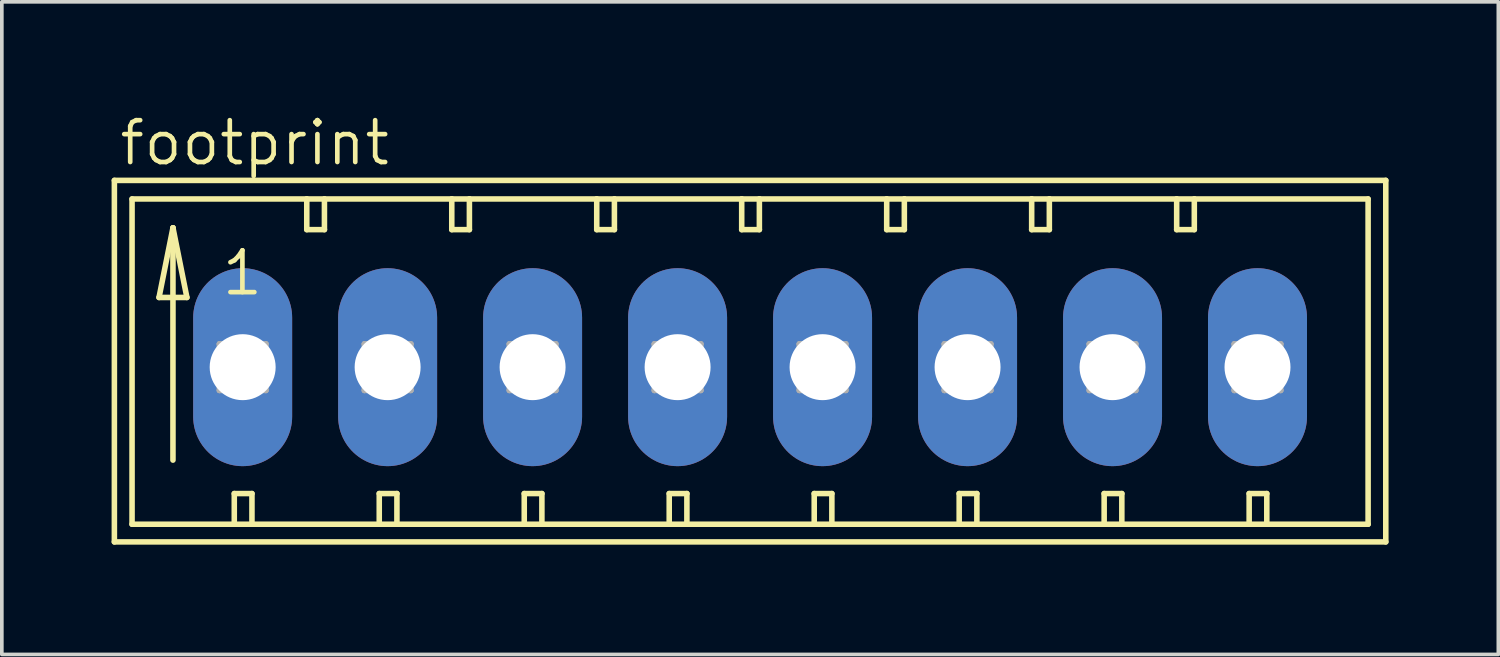
<source format=kicad_pcb>
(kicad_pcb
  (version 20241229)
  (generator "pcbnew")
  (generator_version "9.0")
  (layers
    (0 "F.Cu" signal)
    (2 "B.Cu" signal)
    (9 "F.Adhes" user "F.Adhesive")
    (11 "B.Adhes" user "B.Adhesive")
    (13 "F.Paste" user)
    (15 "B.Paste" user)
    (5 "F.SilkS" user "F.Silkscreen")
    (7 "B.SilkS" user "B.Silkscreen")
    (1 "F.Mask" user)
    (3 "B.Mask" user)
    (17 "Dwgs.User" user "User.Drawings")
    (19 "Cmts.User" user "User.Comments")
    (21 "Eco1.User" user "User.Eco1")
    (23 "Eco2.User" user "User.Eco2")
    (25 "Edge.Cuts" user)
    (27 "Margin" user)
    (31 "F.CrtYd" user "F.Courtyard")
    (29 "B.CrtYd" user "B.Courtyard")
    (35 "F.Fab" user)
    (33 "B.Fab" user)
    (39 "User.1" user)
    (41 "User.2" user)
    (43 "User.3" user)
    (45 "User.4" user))
  (footprint "footprint"
    (layer "F.Cu")
    (at 17.45 6.985)
    (property "Reference" "footprint" (at -17.297 -5.461 0) (layer "F.SilkS") (effects (font (size 1.143 1.143) (thickness 0.127)) (justify left bottom)))
    (fp_line (start -17.374 -5.105) (end -17.374 4.775) (stroke (width 0.152) (type solid)) (layer "F.SilkS"))
    (fp_line (start -17.374 4.775) (end 17.374 4.775) (stroke (width 0.152) (type solid)) (layer "F.SilkS"))
    (fp_line (start -16.891 -4.597) (end -16.891 4.293) (stroke (width 0.152) (type solid)) (layer "F.SilkS"))
    (fp_line (start -16.891 4.293) (end -14.097 4.293) (stroke (width 0.152) (type solid)) (layer "F.SilkS"))
    (fp_line (start -16.154 -1.905) (end -15.392 -1.905) (stroke (width 0.152) (type solid)) (layer "F.SilkS"))
    (fp_line (start -15.773 -3.81) (end -16.154 -1.905) (stroke (width 0.152) (type solid)) (layer "F.SilkS"))
    (fp_line (start -15.773 -3.81) (end -15.392 -1.905) (stroke (width 0.152) (type solid)) (layer "F.SilkS"))
    (fp_line (start -15.773 2.54) (end -15.773 -3.81) (stroke (width 0.152) (type solid)) (layer "F.SilkS"))
    (fp_line (start -14.097 3.454) (end -14.097 4.293) (stroke (width 0.152) (type solid)) (layer "F.SilkS"))
    (fp_line (start -14.097 3.454) (end -13.614 3.454) (stroke (width 0.152) (type solid)) (layer "F.SilkS"))
    (fp_line (start -14.097 4.293) (end -13.614 4.293) (stroke (width 0.152) (type solid)) (layer "F.SilkS"))
    (fp_line (start -13.614 3.454) (end -13.614 4.293) (stroke (width 0.152) (type solid)) (layer "F.SilkS"))
    (fp_line (start -13.614 4.293) (end -10.135 4.293) (stroke (width 0.152) (type solid)) (layer "F.SilkS"))
    (fp_line (start -12.116 -4.597) (end -16.891 -4.597) (stroke (width 0.152) (type solid)) (layer "F.SilkS"))
    (fp_line (start -12.116 -4.597) (end -12.116 -3.759) (stroke (width 0.152) (type solid)) (layer "F.SilkS"))
    (fp_line (start -12.116 -3.759) (end -11.633 -3.759) (stroke (width 0.152) (type solid)) (layer "F.SilkS"))
    (fp_line (start -11.633 -4.597) (end -12.116 -4.597) (stroke (width 0.152) (type solid)) (layer "F.SilkS"))
    (fp_line (start -11.633 -3.759) (end -11.633 -4.597) (stroke (width 0.152) (type solid)) (layer "F.SilkS"))
    (fp_line (start -10.135 3.454) (end -10.135 4.293) (stroke (width 0.152) (type solid)) (layer "F.SilkS"))
    (fp_line (start -10.135 3.454) (end -9.652 3.454) (stroke (width 0.152) (type solid)) (layer "F.SilkS"))
    (fp_line (start -10.135 4.293) (end -9.652 4.293) (stroke (width 0.152) (type solid)) (layer "F.SilkS"))
    (fp_line (start -9.652 3.454) (end -9.652 4.293) (stroke (width 0.152) (type solid)) (layer "F.SilkS"))
    (fp_line (start -9.652 4.293) (end -6.172 4.293) (stroke (width 0.152) (type solid)) (layer "F.SilkS"))
    (fp_line (start -8.153 -4.597) (end -11.633 -4.597) (stroke (width 0.152) (type solid)) (layer "F.SilkS"))
    (fp_line (start -8.153 -3.759) (end -8.153 -4.597) (stroke (width 0.152) (type solid)) (layer "F.SilkS"))
    (fp_line (start -8.153 -3.759) (end -7.671 -3.759) (stroke (width 0.152) (type solid)) (layer "F.SilkS"))
    (fp_line (start -7.671 -4.597) (end -8.153 -4.597) (stroke (width 0.152) (type solid)) (layer "F.SilkS"))
    (fp_line (start -7.671 -3.759) (end -7.671 -4.597) (stroke (width 0.152) (type solid)) (layer "F.SilkS"))
    (fp_line (start -6.172 3.454) (end -6.172 4.293) (stroke (width 0.152) (type solid)) (layer "F.SilkS"))
    (fp_line (start -6.172 3.454) (end -5.69 3.454) (stroke (width 0.152) (type solid)) (layer "F.SilkS"))
    (fp_line (start -6.172 4.293) (end -5.69 4.293) (stroke (width 0.152) (type solid)) (layer "F.SilkS"))
    (fp_line (start -5.69 3.454) (end -5.69 4.293) (stroke (width 0.152) (type solid)) (layer "F.SilkS"))
    (fp_line (start -5.69 4.293) (end -2.21 4.293) (stroke (width 0.152) (type solid)) (layer "F.SilkS"))
    (fp_line (start -4.191 -4.597) (end -7.671 -4.597) (stroke (width 0.152) (type solid)) (layer "F.SilkS"))
    (fp_line (start -4.191 -3.759) (end -4.191 -4.597) (stroke (width 0.152) (type solid)) (layer "F.SilkS"))
    (fp_line (start -4.191 -3.759) (end -3.708 -3.759) (stroke (width 0.152) (type solid)) (layer "F.SilkS"))
    (fp_line (start -3.708 -4.597) (end -4.191 -4.597) (stroke (width 0.152) (type solid)) (layer "F.SilkS"))
    (fp_line (start -3.708 -3.759) (end -3.708 -4.597) (stroke (width 0.152) (type solid)) (layer "F.SilkS"))
    (fp_line (start -2.21 3.454) (end -2.21 4.293) (stroke (width 0.152) (type solid)) (layer "F.SilkS"))
    (fp_line (start -2.21 3.454) (end -1.727 3.454) (stroke (width 0.152) (type solid)) (layer "F.SilkS"))
    (fp_line (start -2.21 4.293) (end -1.727 4.293) (stroke (width 0.152) (type solid)) (layer "F.SilkS"))
    (fp_line (start -1.727 3.454) (end -1.727 4.293) (stroke (width 0.152) (type solid)) (layer "F.SilkS"))
    (fp_line (start -1.727 4.293) (end 1.753 4.293) (stroke (width 0.152) (type solid)) (layer "F.SilkS"))
    (fp_line (start -0.229 -4.597) (end -3.708 -4.597) (stroke (width 0.152) (type solid)) (layer "F.SilkS"))
    (fp_line (start -0.229 -3.759) (end -0.229 -4.597) (stroke (width 0.152) (type solid)) (layer "F.SilkS"))
    (fp_line (start -0.229 -3.759) (end 0.254 -3.759) (stroke (width 0.152) (type solid)) (layer "F.SilkS"))
    (fp_line (start 0.254 -4.597) (end -0.229 -4.597) (stroke (width 0.152) (type solid)) (layer "F.SilkS"))
    (fp_line (start 0.254 -3.759) (end 0.254 -4.597) (stroke (width 0.152) (type solid)) (layer "F.SilkS"))
    (fp_line (start 1.753 3.454) (end 1.753 4.293) (stroke (width 0.152) (type solid)) (layer "F.SilkS"))
    (fp_line (start 1.753 3.454) (end 2.235 3.454) (stroke (width 0.152) (type solid)) (layer "F.SilkS"))
    (fp_line (start 1.753 4.293) (end 2.235 4.293) (stroke (width 0.152) (type solid)) (layer "F.SilkS"))
    (fp_line (start 2.235 3.454) (end 2.235 4.293) (stroke (width 0.152) (type solid)) (layer "F.SilkS"))
    (fp_line (start 2.235 4.293) (end 5.715 4.293) (stroke (width 0.152) (type solid)) (layer "F.SilkS"))
    (fp_line (start 3.734 -4.597) (end 0.254 -4.597) (stroke (width 0.152) (type solid)) (layer "F.SilkS"))
    (fp_line (start 3.734 -3.759) (end 3.734 -4.597) (stroke (width 0.152) (type solid)) (layer "F.SilkS"))
    (fp_line (start 3.734 -3.759) (end 4.216 -3.759) (stroke (width 0.152) (type solid)) (layer "F.SilkS"))
    (fp_line (start 4.216 -4.597) (end 3.734 -4.597) (stroke (width 0.152) (type solid)) (layer "F.SilkS"))
    (fp_line (start 4.216 -3.759) (end 4.216 -4.597) (stroke (width 0.152) (type solid)) (layer "F.SilkS"))
    (fp_line (start 5.715 3.454) (end 5.715 4.293) (stroke (width 0.152) (type solid)) (layer "F.SilkS"))
    (fp_line (start 5.715 3.454) (end 6.198 3.454) (stroke (width 0.152) (type solid)) (layer "F.SilkS"))
    (fp_line (start 5.715 4.293) (end 6.198 4.293) (stroke (width 0.152) (type solid)) (layer "F.SilkS"))
    (fp_line (start 6.198 3.454) (end 6.198 4.293) (stroke (width 0.152) (type solid)) (layer "F.SilkS"))
    (fp_line (start 6.198 4.293) (end 9.677 4.293) (stroke (width 0.152) (type solid)) (layer "F.SilkS"))
    (fp_line (start 7.696 -4.597) (end 4.216 -4.597) (stroke (width 0.152) (type solid)) (layer "F.SilkS"))
    (fp_line (start 7.696 -3.759) (end 7.696 -4.597) (stroke (width 0.152) (type solid)) (layer "F.SilkS"))
    (fp_line (start 7.696 -3.759) (end 8.179 -3.759) (stroke (width 0.152) (type solid)) (layer "F.SilkS"))
    (fp_line (start 8.179 -4.597) (end 7.696 -4.597) (stroke (width 0.152) (type solid)) (layer "F.SilkS"))
    (fp_line (start 8.179 -3.759) (end 8.179 -4.597) (stroke (width 0.152) (type solid)) (layer "F.SilkS"))
    (fp_line (start 9.677 3.454) (end 9.677 4.293) (stroke (width 0.152) (type solid)) (layer "F.SilkS"))
    (fp_line (start 9.677 3.454) (end 10.16 3.454) (stroke (width 0.152) (type solid)) (layer "F.SilkS"))
    (fp_line (start 9.677 4.293) (end 10.16 4.293) (stroke (width 0.152) (type solid)) (layer "F.SilkS"))
    (fp_line (start 10.16 3.454) (end 10.16 4.293) (stroke (width 0.152) (type solid)) (layer "F.SilkS"))
    (fp_line (start 10.16 4.293) (end 13.64 4.293) (stroke (width 0.152) (type solid)) (layer "F.SilkS"))
    (fp_line (start 11.659 -4.597) (end 8.179 -4.597) (stroke (width 0.152) (type solid)) (layer "F.SilkS"))
    (fp_line (start 11.659 -3.759) (end 11.659 -4.597) (stroke (width 0.152) (type solid)) (layer "F.SilkS"))
    (fp_line (start 11.659 -3.759) (end 12.141 -3.759) (stroke (width 0.152) (type solid)) (layer "F.SilkS"))
    (fp_line (start 12.141 -4.597) (end 11.659 -4.597) (stroke (width 0.152) (type solid)) (layer "F.SilkS"))
    (fp_line (start 12.141 -3.759) (end 12.141 -4.597) (stroke (width 0.152) (type solid)) (layer "F.SilkS"))
    (fp_line (start 13.64 3.454) (end 13.64 4.293) (stroke (width 0.152) (type solid)) (layer "F.SilkS"))
    (fp_line (start 13.64 3.454) (end 14.122 3.454) (stroke (width 0.152) (type solid)) (layer "F.SilkS"))
    (fp_line (start 13.64 4.293) (end 14.122 4.293) (stroke (width 0.152) (type solid)) (layer "F.SilkS"))
    (fp_line (start 14.122 3.454) (end 14.122 4.293) (stroke (width 0.152) (type solid)) (layer "F.SilkS"))
    (fp_line (start 14.122 4.293) (end 16.891 4.293) (stroke (width 0.152) (type solid)) (layer "F.SilkS"))
    (fp_line (start 16.891 -4.597) (end 12.141 -4.597) (stroke (width 0.152) (type solid)) (layer "F.SilkS"))
    (fp_line (start 16.891 4.293) (end 16.891 -4.597) (stroke (width 0.152) (type solid)) (layer "F.SilkS"))
    (fp_line (start 17.374 -5.105) (end -17.374 -5.105) (stroke (width 0.152) (type solid)) (layer "F.SilkS"))
    (fp_line (start 17.374 4.775) (end 17.374 -5.105) (stroke (width 0.152) (type solid)) (layer "F.SilkS"))
    (fp_line (start -14.503 -0.635) (end -14.503 0.635) (stroke (width 0.152) (type solid)) (layer "F.Fab"))
    (fp_line (start -14.503 -0.635) (end -13.233 0.635) (stroke (width 0.152) (type solid)) (layer "F.Fab"))
    (fp_line (start -14.503 0.635) (end -13.233 0.635) (stroke (width 0.152) (type solid)) (layer "F.Fab"))
    (fp_line (start -13.233 -0.635) (end -14.503 -0.635) (stroke (width 0.152) (type solid)) (layer "F.Fab"))
    (fp_line (start -13.233 -0.635) (end -14.503 0.635) (stroke (width 0.152) (type solid)) (layer "F.Fab"))
    (fp_line (start -13.233 0.635) (end -13.233 -0.635) (stroke (width 0.152) (type solid)) (layer "F.Fab"))
    (fp_line (start -10.541 -0.635) (end -10.541 0.635) (stroke (width 0.152) (type solid)) (layer "F.Fab"))
    (fp_line (start -10.541 -0.635) (end -9.271 0.635) (stroke (width 0.152) (type solid)) (layer "F.Fab"))
    (fp_line (start -10.541 0.635) (end -9.271 0.635) (stroke (width 0.152) (type solid)) (layer "F.Fab"))
    (fp_line (start -9.271 -0.635) (end -10.541 -0.635) (stroke (width 0.152) (type solid)) (layer "F.Fab"))
    (fp_line (start -9.271 -0.635) (end -10.541 0.635) (stroke (width 0.152) (type solid)) (layer "F.Fab"))
    (fp_line (start -9.271 0.635) (end -9.271 -0.635) (stroke (width 0.152) (type solid)) (layer "F.Fab"))
    (fp_line (start -6.579 -0.635) (end -6.579 0.635) (stroke (width 0.152) (type solid)) (layer "F.Fab"))
    (fp_line (start -6.579 -0.635) (end -5.309 0.635) (stroke (width 0.152) (type solid)) (layer "F.Fab"))
    (fp_line (start -6.579 0.635) (end -5.309 0.635) (stroke (width 0.152) (type solid)) (layer "F.Fab"))
    (fp_line (start -5.309 -0.635) (end -6.579 -0.635) (stroke (width 0.152) (type solid)) (layer "F.Fab"))
    (fp_line (start -5.309 -0.635) (end -6.579 0.635) (stroke (width 0.152) (type solid)) (layer "F.Fab"))
    (fp_line (start -5.309 0.635) (end -5.309 -0.635) (stroke (width 0.152) (type solid)) (layer "F.Fab"))
    (fp_line (start -2.616 -0.635) (end -2.616 0.635) (stroke (width 0.152) (type solid)) (layer "F.Fab"))
    (fp_line (start -2.616 -0.635) (end -1.346 0.635) (stroke (width 0.152) (type solid)) (layer "F.Fab"))
    (fp_line (start -2.616 0.635) (end -1.346 0.635) (stroke (width 0.152) (type solid)) (layer "F.Fab"))
    (fp_line (start -1.346 -0.635) (end -2.616 -0.635) (stroke (width 0.152) (type solid)) (layer "F.Fab"))
    (fp_line (start -1.346 -0.635) (end -2.616 0.635) (stroke (width 0.152) (type solid)) (layer "F.Fab"))
    (fp_line (start -1.346 0.635) (end -1.346 -0.635) (stroke (width 0.152) (type solid)) (layer "F.Fab"))
    (fp_line (start 1.346 -0.635) (end 1.346 0.635) (stroke (width 0.152) (type solid)) (layer "F.Fab"))
    (fp_line (start 1.346 -0.635) (end 2.616 0.635) (stroke (width 0.152) (type solid)) (layer "F.Fab"))
    (fp_line (start 1.346 0.635) (end 2.616 0.635) (stroke (width 0.152) (type solid)) (layer "F.Fab"))
    (fp_line (start 2.616 -0.635) (end 1.346 -0.635) (stroke (width 0.152) (type solid)) (layer "F.Fab"))
    (fp_line (start 2.616 -0.635) (end 1.346 0.635) (stroke (width 0.152) (type solid)) (layer "F.Fab"))
    (fp_line (start 2.616 0.635) (end 2.616 -0.635) (stroke (width 0.152) (type solid)) (layer "F.Fab"))
    (fp_line (start 5.309 -0.635) (end 5.309 0.635) (stroke (width 0.152) (type solid)) (layer "F.Fab"))
    (fp_line (start 5.309 -0.635) (end 6.579 0.635) (stroke (width 0.152) (type solid)) (layer "F.Fab"))
    (fp_line (start 5.309 0.635) (end 6.579 0.635) (stroke (width 0.152) (type solid)) (layer "F.Fab"))
    (fp_line (start 6.579 -0.635) (end 5.309 -0.635) (stroke (width 0.152) (type solid)) (layer "F.Fab"))
    (fp_line (start 6.579 -0.635) (end 5.309 0.635) (stroke (width 0.152) (type solid)) (layer "F.Fab"))
    (fp_line (start 6.579 0.635) (end 6.579 -0.635) (stroke (width 0.152) (type solid)) (layer "F.Fab"))
    (fp_line (start 9.271 -0.635) (end 9.271 0.635) (stroke (width 0.152) (type solid)) (layer "F.Fab"))
    (fp_line (start 9.271 -0.635) (end 10.541 0.635) (stroke (width 0.152) (type solid)) (layer "F.Fab"))
    (fp_line (start 9.271 0.635) (end 10.541 0.635) (stroke (width 0.152) (type solid)) (layer "F.Fab"))
    (fp_line (start 10.541 -0.635) (end 9.271 -0.635) (stroke (width 0.152) (type solid)) (layer "F.Fab"))
    (fp_line (start 10.541 -0.635) (end 9.271 0.635) (stroke (width 0.152) (type solid)) (layer "F.Fab"))
    (fp_line (start 10.541 0.635) (end 10.541 -0.635) (stroke (width 0.152) (type solid)) (layer "F.Fab"))
    (fp_line (start 13.233 -0.635) (end 13.233 0.635) (stroke (width 0.152) (type solid)) (layer "F.Fab"))
    (fp_line (start 13.233 -0.635) (end 14.503 0.635) (stroke (width 0.152) (type solid)) (layer "F.Fab"))
    (fp_line (start 13.233 0.635) (end 14.503 0.635) (stroke (width 0.152) (type solid)) (layer "F.Fab"))
    (fp_line (start 14.503 -0.635) (end 13.233 -0.635) (stroke (width 0.152) (type solid)) (layer "F.Fab"))
    (fp_line (start 14.503 -0.635) (end 13.233 0.635) (stroke (width 0.152) (type solid)) (layer "F.Fab"))
    (fp_line (start 14.503 0.635) (end 14.503 -0.635) (stroke (width 0.152) (type solid)) (layer "F.Fab"))
    (fp_text user "1" (at -14.503 -1.905 0) (layer "F.SilkS") (effects (font (size 1.143 1.143) (thickness 0.127)) (justify left bottom)))
    (pad "1" thru_hole oval (at -13.868 0 90) (size 5.41 2.705) (drill 1.803) (layers "*.Cu" "*.Mask"))
    (pad "2" thru_hole oval (at -9.906 0 90) (size 5.41 2.705) (drill 1.803) (layers "*.Cu" "*.Mask"))
    (pad "3" thru_hole oval (at -5.944 0 90) (size 5.41 2.705) (drill 1.803) (layers "*.Cu" "*.Mask"))
    (pad "4" thru_hole oval (at -1.981 0 90) (size 5.41 2.705) (drill 1.803) (layers "*.Cu" "*.Mask"))
    (pad "5" thru_hole oval (at 1.981 0 90) (size 5.41 2.705) (drill 1.803) (layers "*.Cu" "*.Mask"))
    (pad "6" thru_hole oval (at 5.944 0 90) (size 5.41 2.705) (drill 1.803) (layers "*.Cu" "*.Mask"))
    (pad "7" thru_hole oval (at 9.906 0 90) (size 5.41 2.705) (drill 1.803) (layers "*.Cu" "*.Mask"))
    (pad "8" thru_hole oval (at 13.868 0 90) (size 5.41 2.705) (drill 1.803) (layers "*.Cu" "*.Mask")))
  (gr_rect
    (start -3 -3)
    (end 37.9 14.836)
    (stroke (width 0.1) (type default))
    (fill no)
    (layer "Edge.Cuts")))
</source>
